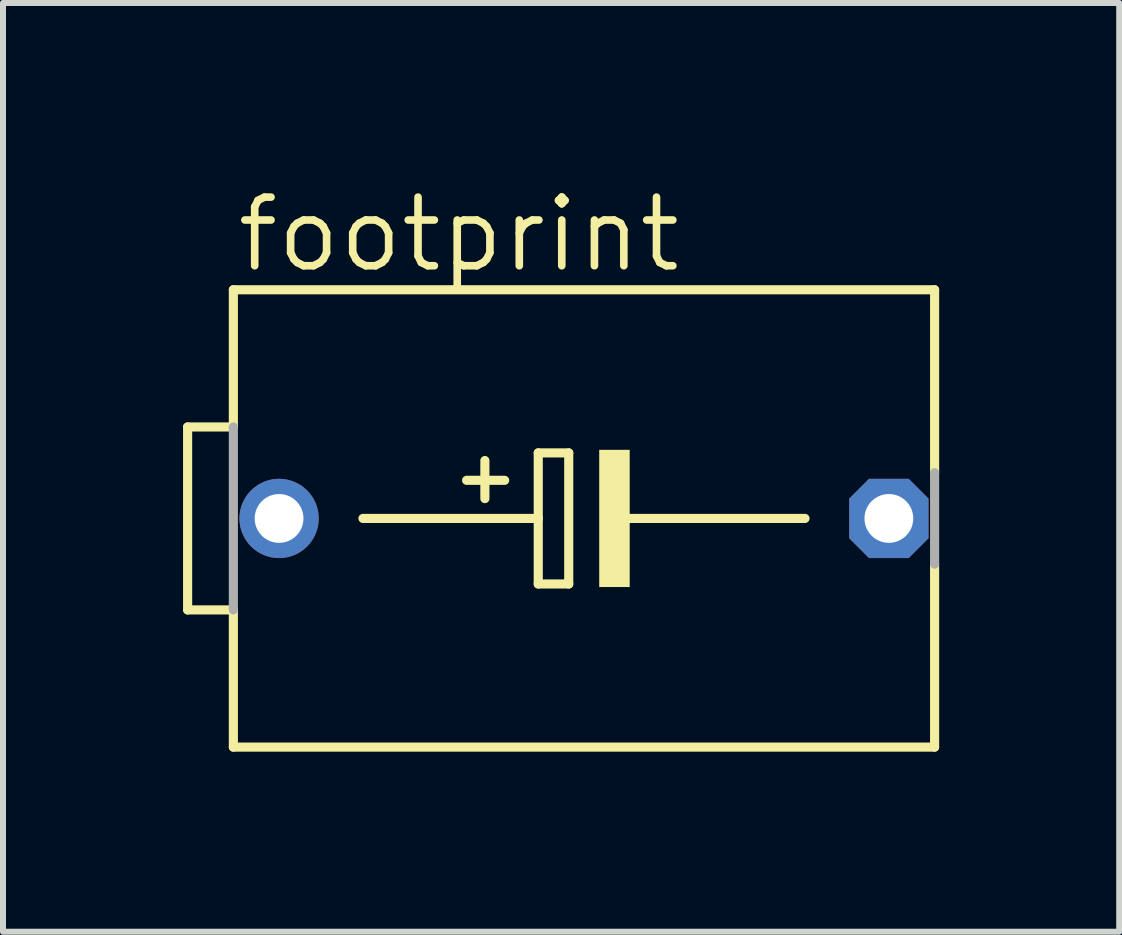
<source format=kicad_pcb>
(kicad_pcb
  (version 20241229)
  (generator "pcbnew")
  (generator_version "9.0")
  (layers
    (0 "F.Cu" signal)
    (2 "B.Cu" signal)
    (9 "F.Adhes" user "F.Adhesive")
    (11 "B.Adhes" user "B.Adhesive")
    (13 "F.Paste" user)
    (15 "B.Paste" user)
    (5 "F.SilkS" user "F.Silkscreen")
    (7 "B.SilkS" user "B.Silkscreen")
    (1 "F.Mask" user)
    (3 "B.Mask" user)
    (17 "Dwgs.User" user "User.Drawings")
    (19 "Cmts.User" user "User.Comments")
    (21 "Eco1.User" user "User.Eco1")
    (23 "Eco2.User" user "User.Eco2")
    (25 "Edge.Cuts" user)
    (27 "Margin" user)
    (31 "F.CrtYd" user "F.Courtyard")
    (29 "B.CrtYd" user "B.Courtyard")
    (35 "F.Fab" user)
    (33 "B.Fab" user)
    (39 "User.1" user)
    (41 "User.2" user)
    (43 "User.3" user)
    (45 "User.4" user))
  (footprint "footprint"
    (layer "F.Cu")
    (at 6.68 5.588)
    (property "Reference" "footprint" (at -5.842 -4.064 0) (layer "F.SilkS") (effects (font (size 1.143 1.143) (thickness 0.127)) (justify left bottom)))
    (fp_line (start -6.604 -1.524) (end -6.604 1.524) (stroke (width 0.152) (type solid)) (layer "F.SilkS"))
    (fp_line (start -6.604 1.524) (end -5.842 1.524) (stroke (width 0.152) (type solid)) (layer "F.SilkS"))
    (fp_line (start -5.842 -1.524) (end -6.604 -1.524) (stroke (width 0.152) (type solid)) (layer "F.SilkS"))
    (fp_line (start -5.842 -1.524) (end -5.842 -3.81) (stroke (width 0.152) (type solid)) (layer "F.SilkS"))
    (fp_line (start -5.842 3.81) (end -5.842 1.524) (stroke (width 0.152) (type solid)) (layer "F.SilkS"))
    (fp_line (start -5.842 3.81) (end 5.842 3.81) (stroke (width 0.152) (type solid)) (layer "F.SilkS"))
    (fp_line (start -3.683 0) (end -0.762 0) (stroke (width 0.152) (type solid)) (layer "F.SilkS"))
    (fp_line (start -1.651 -0.965) (end -1.651 -0.33) (stroke (width 0.152) (type solid)) (layer "F.SilkS"))
    (fp_line (start -1.321 -0.635) (end -1.956 -0.635) (stroke (width 0.152) (type solid)) (layer "F.SilkS"))
    (fp_line (start -0.762 -1.092) (end -0.762 0) (stroke (width 0.152) (type solid)) (layer "F.SilkS"))
    (fp_line (start -0.762 0) (end -0.762 1.092) (stroke (width 0.152) (type solid)) (layer "F.SilkS"))
    (fp_line (start -0.762 1.092) (end -0.254 1.092) (stroke (width 0.152) (type solid)) (layer "F.SilkS"))
    (fp_line (start -0.254 -1.092) (end -0.762 -1.092) (stroke (width 0.152) (type solid)) (layer "F.SilkS"))
    (fp_line (start -0.254 1.092) (end -0.254 -1.092) (stroke (width 0.152) (type solid)) (layer "F.SilkS"))
    (fp_line (start 3.683 0) (end 0.508 0) (stroke (width 0.152) (type solid)) (layer "F.SilkS"))
    (fp_line (start 5.842 -3.81) (end -5.842 -3.81) (stroke (width 0.152) (type solid)) (layer "F.SilkS"))
    (fp_line (start 5.842 -0.762) (end 5.842 -3.81) (stroke (width 0.152) (type solid)) (layer "F.SilkS"))
    (fp_line (start 5.842 3.81) (end 5.842 0.762) (stroke (width 0.152) (type solid)) (layer "F.SilkS"))
    (fp_poly (pts (xy 0.254 1.143) (xy 0.762 1.143) (xy 0.762 -1.143) (xy 0.254 -1.143)) (stroke (width 0) (type solid)) (fill yes) (layer "F.SilkS"))
    (fp_line (start -5.842 1.524) (end -5.842 -1.524) (stroke (width 0.152) (type solid)) (layer "F.Fab"))
    (fp_line (start 5.842 -0.762) (end 5.842 0.762) (stroke (width 0.152) (type solid)) (layer "F.Fab"))
    (pad "+" thru_hole circle (at -5.08 0) (size 1.321 1.321) (drill 0.813) (layers "*.Cu" "*.Mask"))
    (pad "-" thru_hole roundrect (at 5.08 0) (size 1.321 1.321) (drill 0.813) (layers "*.Cu" "*.Mask") (roundrect_rratio 0.25) (chamfer_ratio 0.25) (chamfer top_left top_right bottom_left bottom_right)))
  (gr_rect
    (start -3 -3)
    (end 15.598 12.474)
    (stroke (width 0.1) (type default))
    (fill no)
    (layer "Edge.Cuts")))
</source>
